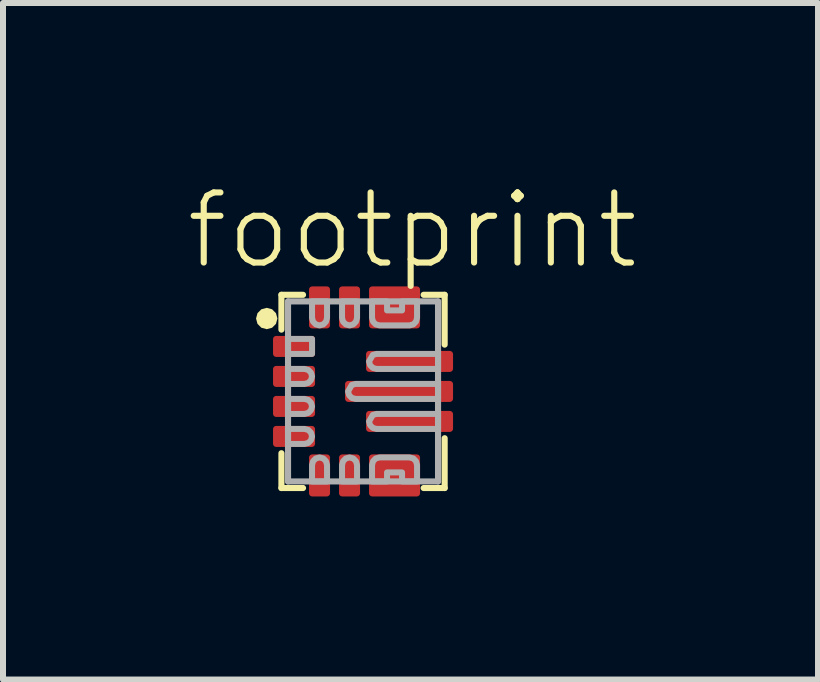
<source format=kicad_pcb>
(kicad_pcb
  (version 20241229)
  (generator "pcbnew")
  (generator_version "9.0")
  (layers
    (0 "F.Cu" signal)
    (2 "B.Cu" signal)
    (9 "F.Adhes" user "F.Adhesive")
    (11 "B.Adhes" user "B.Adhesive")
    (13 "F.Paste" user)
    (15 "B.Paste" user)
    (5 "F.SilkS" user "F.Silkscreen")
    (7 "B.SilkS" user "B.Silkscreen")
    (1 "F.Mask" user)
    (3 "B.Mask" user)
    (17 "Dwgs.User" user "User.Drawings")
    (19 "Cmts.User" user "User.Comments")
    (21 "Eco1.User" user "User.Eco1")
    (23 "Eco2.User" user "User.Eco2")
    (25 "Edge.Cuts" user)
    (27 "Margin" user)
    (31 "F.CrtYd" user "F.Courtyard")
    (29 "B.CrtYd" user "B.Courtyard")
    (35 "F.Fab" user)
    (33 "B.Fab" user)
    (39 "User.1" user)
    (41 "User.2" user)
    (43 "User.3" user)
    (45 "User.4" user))
  (footprint "footprint"
    (layer "F.Cu")
    (at 3 3.473)
    (property "Reference" "footprint" (at -3 -2 0) (layer "F.SilkS") (effects (font (size 1.168 1.168) (thickness 0.102)) (justify left bottom)))
    (fp_poly (pts (xy -0.75 -0.925) (xy -0.75 -0.575) (xy -0.8 -0.524) (xy -1.5 -0.524) (xy -1.55 -0.575) (xy -1.55 -0.925) (xy -1.5 -0.976) (xy -0.8 -0.976)) (stroke (width 0) (type solid)) (fill yes) (layer "F.Mask"))
    (fp_poly (pts (xy -0.75 -0.425) (xy -0.75 -0.075) (xy -0.8 -0.025) (xy -1.5 -0.025) (xy -1.55 -0.075) (xy -1.55 -0.425) (xy -1.5 -0.475) (xy -0.8 -0.475)) (stroke (width 0) (type solid)) (fill yes) (layer "F.Mask"))
    (fp_poly (pts (xy -0.75 0.075) (xy -0.75 0.425) (xy -0.8 0.475) (xy -1.5 0.475) (xy -1.55 0.425) (xy -1.55 0.075) (xy -1.5 0.025) (xy -0.8 0.025)) (stroke (width 0) (type solid)) (fill yes) (layer "F.Mask"))
    (fp_poly (pts (xy -0.75 0.575) (xy -0.75 0.925) (xy -0.8 0.976) (xy -1.5 0.976) (xy -1.55 0.925) (xy -1.55 0.575) (xy -1.5 0.524) (xy -0.8 0.524)) (stroke (width 0) (type solid)) (fill yes) (layer "F.Mask"))
    (fp_poly (pts (xy -0.499 -1.75) (xy -0.499 -1.05) (xy -0.55 -1) (xy -0.9 -1) (xy -0.951 -1.05) (xy -0.951 -1.75) (xy -0.9 -1.8) (xy -0.55 -1.8)) (stroke (width 0) (type solid)) (fill yes) (layer "F.Mask"))
    (fp_poly (pts (xy -0.499 1.05) (xy -0.499 1.75) (xy -0.55 1.8) (xy -0.9 1.8) (xy -0.951 1.75) (xy -0.951 1.05) (xy -0.9 1) (xy -0.55 1)) (stroke (width 0) (type solid)) (fill yes) (layer "F.Mask"))
    (fp_poly (pts (xy 0.001 -1.75) (xy 0.001 -1.05) (xy -0.05 -1) (xy -0.4 -1) (xy -0.451 -1.05) (xy -0.451 -1.75) (xy -0.4 -1.8) (xy -0.05 -1.8)) (stroke (width 0) (type solid)) (fill yes) (layer "F.Mask"))
    (fp_poly (pts (xy 0.001 1.05) (xy 0.001 1.75) (xy -0.05 1.8) (xy -0.4 1.8) (xy -0.451 1.75) (xy -0.451 1.05) (xy -0.4 1) (xy -0.05 1)) (stroke (width 0) (type solid)) (fill yes) (layer "F.Mask"))
    (fp_poly (pts (xy 1.55 -0.675) (xy 1.55 -0.325) (xy 1.5 -0.275) (xy 0.05 -0.275) (xy -0.001 -0.325) (xy -0.001 -0.675) (xy 0.05 -0.726) (xy 1.5 -0.726)) (stroke (width 0) (type solid)) (fill yes) (layer "F.Mask"))
    (fp_poly (pts (xy 1.55 -0.175) (xy 1.55 0.175) (xy 1.5 0.226) (xy -0.3 0.226) (xy -0.35 0.175) (xy -0.35 -0.175) (xy -0.3 -0.226) (xy 1.5 -0.226)) (stroke (width 0) (type solid)) (fill yes) (layer "F.Mask"))
    (fp_poly (pts (xy 1.55 0.325) (xy 1.55 0.675) (xy 1.5 0.726) (xy 0.05 0.726) (xy -0.001 0.675) (xy -0.001 0.325) (xy 0.05 0.275) (xy 1.5 0.275)) (stroke (width 0) (type solid)) (fill yes) (layer "F.Mask"))
    (fp_poly (pts (xy 0.425 -1.65) (xy 0.425 -1.375) (xy 0.625 -1.375) (xy 0.625 -1.65) (xy 0.675 -1.7) (xy 0.875 -1.7) (xy 0.925 -1.65) (xy 0.925 -1.125) (xy 0.875 -1.075) (xy 0.175 -1.075) (xy 0.124 -1.125) (xy 0.124 -1.65) (xy 0.175 -1.7) (xy 0.375 -1.7)) (stroke (width 0) (type solid)) (fill yes) (layer "F.Mask"))
    (fp_poly (pts (xy 0.925 1.125) (xy 0.925 1.65) (xy 0.875 1.7) (xy 0.675 1.7) (xy 0.625 1.65) (xy 0.625 1.375) (xy 0.425 1.375) (xy 0.425 1.65) (xy 0.375 1.7) (xy 0.175 1.7) (xy 0.124 1.65) (xy 0.124 1.125) (xy 0.175 1.075) (xy 0.875 1.075)) (stroke (width 0) (type solid)) (fill yes) (layer "F.Mask"))
    (fp_line (start -1.36 -1.61) (end -1.36 -1.03) (stroke (width 0.102) (type solid)) (layer "F.SilkS"))
    (fp_line (start -1.36 1.61) (end -1.36 1.03) (stroke (width 0.102) (type solid)) (layer "F.SilkS"))
    (fp_line (start -1 -1.61) (end -1.36 -1.61) (stroke (width 0.102) (type solid)) (layer "F.SilkS"))
    (fp_line (start -1 1.61) (end -1.36 1.61) (stroke (width 0.102) (type solid)) (layer "F.SilkS"))
    (fp_line (start 1.01 -1.61) (end 1.36 -1.61) (stroke (width 0.102) (type solid)) (layer "F.SilkS"))
    (fp_line (start 1.01 1.61) (end 1.36 1.61) (stroke (width 0.102) (type solid)) (layer "F.SilkS"))
    (fp_line (start 1.36 -1.61) (end 1.36 -0.78) (stroke (width 0.102) (type solid)) (layer "F.SilkS"))
    (fp_line (start 1.36 1.61) (end 1.36 0.78) (stroke (width 0.102) (type solid)) (layer "F.SilkS"))
    (fp_poly (pts (xy -1.516 -1.369) (xy -1.451 -1.304) (xy -1.427 -1.215) (xy -1.451 -1.126) (xy -1.516 -1.061) (xy -1.605 -1.037) (xy -1.694 -1.061) (xy -1.759 -1.126) (xy -1.783 -1.215) (xy -1.759 -1.304) (xy -1.694 -1.369) (xy -1.605 -1.393)) (stroke (width 0) (type solid)) (fill yes) (layer "F.SilkS"))
    (fp_poly (pts (xy -0.85 -0.825) (xy -0.85 -0.675) (xy -0.9 -0.625) (xy -1.4 -0.625) (xy -1.45 -0.675) (xy -1.45 -0.825) (xy -1.4 -0.875) (xy -0.9 -0.875)) (stroke (width 0) (type solid)) (fill yes) (layer "F.Paste"))
    (fp_poly (pts (xy -0.85 -0.325) (xy -0.85 -0.175) (xy -0.9 -0.124) (xy -1.4 -0.124) (xy -1.45 -0.175) (xy -1.45 -0.325) (xy -1.4 -0.376) (xy -0.9 -0.376)) (stroke (width 0) (type solid)) (fill yes) (layer "F.Paste"))
    (fp_poly (pts (xy -0.85 0.175) (xy -0.85 0.325) (xy -0.9 0.376) (xy -1.4 0.376) (xy -1.45 0.325) (xy -1.45 0.175) (xy -1.4 0.124) (xy -0.9 0.124)) (stroke (width 0) (type solid)) (fill yes) (layer "F.Paste"))
    (fp_poly (pts (xy -0.85 0.675) (xy -0.85 0.825) (xy -0.9 0.875) (xy -1.4 0.875) (xy -1.45 0.825) (xy -1.45 0.675) (xy -1.4 0.625) (xy -0.9 0.625)) (stroke (width 0) (type solid)) (fill yes) (layer "F.Paste"))
    (fp_poly (pts (xy -0.6 -1.65) (xy -0.6 -1.15) (xy -0.65 -1.099) (xy -0.8 -1.099) (xy -0.851 -1.15) (xy -0.851 -1.65) (xy -0.8 -1.7) (xy -0.65 -1.7)) (stroke (width 0) (type solid)) (fill yes) (layer "F.Paste"))
    (fp_poly (pts (xy -0.6 1.15) (xy -0.6 1.65) (xy -0.65 1.7) (xy -0.8 1.7) (xy -0.851 1.65) (xy -0.851 1.15) (xy -0.8 1.099) (xy -0.65 1.099)) (stroke (width 0) (type solid)) (fill yes) (layer "F.Paste"))
    (fp_poly (pts (xy -0.1 -1.65) (xy -0.1 -1.15) (xy -0.15 -1.099) (xy -0.3 -1.099) (xy -0.35 -1.15) (xy -0.35 -1.65) (xy -0.3 -1.7) (xy -0.15 -1.7)) (stroke (width 0) (type solid)) (fill yes) (layer "F.Paste"))
    (fp_poly (pts (xy -0.1 1.15) (xy -0.1 1.65) (xy -0.15 1.7) (xy -0.3 1.7) (xy -0.35 1.65) (xy -0.35 1.15) (xy -0.3 1.099) (xy -0.15 1.099)) (stroke (width 0) (type solid)) (fill yes) (layer "F.Paste"))
    (fp_poly (pts (xy 0.5 -0.075) (xy 0.5 0.075) (xy 0.45 0.126) (xy -0.17 0.126) (xy -0.221 0.075) (xy -0.221 -0.075) (xy -0.17 -0.126) (xy 0.45 -0.126)) (stroke (width 0) (type solid)) (fill yes) (layer "F.Paste"))
    (fp_poly (pts (xy 0.675 -0.575) (xy 0.675 -0.425) (xy 0.625 -0.374) (xy 0.15 -0.374) (xy 0.1 -0.425) (xy 0.1 -0.575) (xy 0.15 -0.625) (xy 0.625 -0.625)) (stroke (width 0) (type solid)) (fill yes) (layer "F.Paste"))
    (fp_poly (pts (xy 0.675 0.425) (xy 0.675 0.575) (xy 0.625 0.625) (xy 0.15 0.625) (xy 0.1 0.575) (xy 0.1 0.425) (xy 0.15 0.374) (xy 0.625 0.374)) (stroke (width 0) (type solid)) (fill yes) (layer "F.Paste"))
    (fp_poly (pts (xy 1.421 -0.075) (xy 1.421 0.075) (xy 1.37 0.126) (xy 0.75 0.126) (xy 0.7 0.075) (xy 0.7 -0.075) (xy 0.75 -0.126) (xy 1.37 -0.126)) (stroke (width 0) (type solid)) (fill yes) (layer "F.Paste"))
    (fp_poly (pts (xy 1.5 -0.575) (xy 1.5 -0.425) (xy 1.45 -0.374) (xy 0.975 -0.374) (xy 0.924 -0.425) (xy 0.924 -0.575) (xy 0.975 -0.625) (xy 1.45 -0.625)) (stroke (width 0) (type solid)) (fill yes) (layer "F.Paste"))
    (fp_poly (pts (xy 1.5 0.425) (xy 1.5 0.575) (xy 1.45 0.625) (xy 0.975 0.625) (xy 0.924 0.575) (xy 0.924 0.425) (xy 0.975 0.374) (xy 1.45 0.374)) (stroke (width 0) (type solid)) (fill yes) (layer "F.Paste"))
    (fp_poly (pts (xy 0.401 -1.65) (xy 0.401 -1.351) (xy 0.649 -1.351) (xy 0.649 -1.65) (xy 0.7 -1.7) (xy 0.85 -1.7) (xy 0.9 -1.65) (xy 0.9 -1.15) (xy 0.85 -1.099) (xy 0.2 -1.099) (xy 0.149 -1.15) (xy 0.149 -1.65) (xy 0.2 -1.7) (xy 0.35 -1.7)) (stroke (width 0) (type solid)) (fill yes) (layer "F.Paste"))
    (fp_poly (pts (xy 0.9 1.15) (xy 0.9 1.65) (xy 0.85 1.7) (xy 0.7 1.7) (xy 0.649 1.65) (xy 0.649 1.351) (xy 0.401 1.351) (xy 0.401 1.65) (xy 0.35 1.7) (xy 0.2 1.7) (xy 0.149 1.65) (xy 0.149 1.15) (xy 0.2 1.099) (xy 0.85 1.099)) (stroke (width 0) (type solid)) (fill yes) (layer "F.Paste"))
    (fp_line (start -1.25 -1.5) (end 1.25 -1.5) (stroke (width 0.102) (type solid)) (layer "F.Fab"))
    (fp_line (start -1.25 1.5) (end -1.25 -1.5) (stroke (width 0.102) (type solid)) (layer "F.Fab"))
    (fp_line (start 1.25 -1.5) (end 1.25 1.5) (stroke (width 0.102) (type solid)) (layer "F.Fab"))
    (fp_line (start 1.25 1.5) (end -1.25 1.5) (stroke (width 0.102) (type solid)) (layer "F.Fab"))
    (fp_poly (pts (xy -0.85 -0.625) (xy -1.25 -0.625) (xy -1.25 -0.875) (xy -0.85 -0.875)) (stroke (width 0.1) (type solid)) (fill no) (layer "F.Fab"))
    (fp_poly (pts (xy 1.25 -0.375) (xy 0.225 -0.375) (xy 0.163 -0.392) (xy 0.117 -0.438) (xy 0.1 -0.5) (xy 0.163 -0.608) (xy 0.225 -0.625) (xy 1.25 -0.625)) (stroke (width 0.1) (type solid)) (fill no) (layer "F.Fab"))
    (fp_poly (pts (xy 1.25 0.125) (xy -0.125 0.125) (xy -0.188 0.108) (xy -0.233 0.062) (xy -0.25 0) (xy -0.188 -0.108) (xy -0.125 -0.125) (xy 1.25 -0.125)) (stroke (width 0.1) (type solid)) (fill no) (layer "F.Fab"))
    (fp_poly (pts (xy 1.25 0.625) (xy 0.225 0.625) (xy 0.163 0.608) (xy 0.117 0.562) (xy 0.1 0.5) (xy 0.163 0.392) (xy 0.225 0.375) (xy 1.25 0.375)) (stroke (width 0.1) (type solid)) (fill no) (layer "F.Fab"))
    (fp_poly (pts (xy -0.912 -0.358) (xy -0.867 -0.312) (xy -0.85 -0.25) (xy -0.867 -0.188) (xy -0.912 -0.142) (xy -0.975 -0.125) (xy -1.25 -0.125) (xy -1.25 -0.375) (xy -0.975 -0.375)) (stroke (width 0.1) (type solid)) (fill no) (layer "F.Fab"))
    (fp_poly (pts (xy -0.912 0.142) (xy -0.867 0.188) (xy -0.85 0.25) (xy -0.867 0.312) (xy -0.912 0.358) (xy -0.975 0.375) (xy -1.25 0.375) (xy -1.25 0.125) (xy -0.975 0.125)) (stroke (width 0.1) (type solid)) (fill no) (layer "F.Fab"))
    (fp_poly (pts (xy -0.912 0.642) (xy -0.867 0.688) (xy -0.85 0.75) (xy -0.867 0.812) (xy -0.912 0.858) (xy -0.975 0.875) (xy -1.25 0.875) (xy -1.25 0.625) (xy -0.975 0.625)) (stroke (width 0.1) (type solid)) (fill no) (layer "F.Fab"))
    (fp_poly (pts (xy -0.662 1.117) (xy -0.617 1.163) (xy -0.6 1.225) (xy -0.6 1.5) (xy -0.85 1.5) (xy -0.85 1.225) (xy -0.833 1.163) (xy -0.787 1.117) (xy -0.725 1.1)) (stroke (width 0.1) (type solid)) (fill no) (layer "F.Fab"))
    (fp_poly (pts (xy -0.6 -1.225) (xy -0.617 -1.163) (xy -0.662 -1.117) (xy -0.725 -1.1) (xy -0.787 -1.117) (xy -0.833 -1.163) (xy -0.85 -1.225) (xy -0.85 -1.5) (xy -0.6 -1.5)) (stroke (width 0.1) (type solid)) (fill no) (layer "F.Fab"))
    (fp_poly (pts (xy -0.163 1.117) (xy -0.117 1.163) (xy -0.1 1.225) (xy -0.1 1.5) (xy -0.35 1.5) (xy -0.35 1.225) (xy -0.333 1.163) (xy -0.287 1.117) (xy -0.225 1.1)) (stroke (width 0.1) (type solid)) (fill no) (layer "F.Fab"))
    (fp_poly (pts (xy -0.1 -1.225) (xy -0.117 -1.163) (xy -0.163 -1.117) (xy -0.225 -1.1) (xy -0.287 -1.117) (xy -0.333 -1.163) (xy -0.35 -1.225) (xy -0.35 -1.5) (xy -0.1 -1.5)) (stroke (width 0.1) (type solid)) (fill no) (layer "F.Fab"))
    (fp_poly (pts (xy 0.4 -1.35) (xy 0.65 -1.35) (xy 0.65 -1.5) (xy 0.9 -1.5) (xy 0.9 -1.225) (xy 0.883 -1.163) (xy 0.838 -1.117) (xy 0.775 -1.1) (xy 0.275 -1.1) (xy 0.212 -1.117) (xy 0.167 -1.163) (xy 0.15 -1.225) (xy 0.15 -1.5) (xy 0.4 -1.5)) (stroke (width 0.1) (type solid)) (fill no) (layer "F.Fab"))
    (fp_poly (pts (xy 0.838 1.117) (xy 0.883 1.163) (xy 0.9 1.225) (xy 0.9 1.5) (xy 0.65 1.5) (xy 0.65 1.35) (xy 0.4 1.35) (xy 0.4 1.5) (xy 0.15 1.5) (xy 0.15 1.225) (xy 0.167 1.163) (xy 0.212 1.117) (xy 0.275 1.1) (xy 0.775 1.1)) (stroke (width 0.1) (type solid)) (fill no) (layer "F.Fab"))
    (pad "P$1" smd roundrect (at -1.15 -0.75) (size 0.7 0.35) (layers "F.Cu") (roundrect_rratio 0.15))
    (pad "P$2" smd roundrect (at -1.15 -0.25) (size 0.7 0.35) (layers "F.Cu") (roundrect_rratio 0.15))
    (pad "P$3" smd roundrect (at -1.15 0.25) (size 0.7 0.35) (layers "F.Cu") (roundrect_rratio 0.15))
    (pad "P$4" smd roundrect (at -1.15 0.75) (size 0.7 0.35) (layers "F.Cu") (roundrect_rratio 0.15))
    (pad "P$5" smd roundrect (at -0.725 1.4 90) (size 0.7 0.35) (layers "F.Cu") (roundrect_rratio 0.15))
    (pad "P$6" smd roundrect (at -0.225 1.4 90) (size 0.7 0.35) (layers "F.Cu") (roundrect_rratio 0.15))
    (pad "P$7/8" smd roundrect (at 0.525 1.4) (size 0.85 0.7) (layers "F.Cu") (roundrect_rratio 0.075))
    (pad "P$9" smd roundrect (at 0.775 0.5) (size 1.45 0.35) (layers "F.Cu") (roundrect_rratio 0.155))
    (pad "P$10" smd roundrect (at 0.6 0) (size 1.8 0.35) (layers "F.Cu") (roundrect_rratio 0.155))
    (pad "P$11" smd roundrect (at 0.775 -0.5) (size 1.45 0.35) (layers "F.Cu") (roundrect_rratio 0.155))
    (pad "P$12/13" smd roundrect (at 0.525 -1.4) (size 0.85 0.7) (layers "F.Cu") (roundrect_rratio 0.075))
    (pad "P$14" smd roundrect (at -0.225 -1.4 90) (size 0.7 0.35) (layers "F.Cu") (roundrect_rratio 0.15))
    (pad "P$15" smd roundrect (at -0.725 -1.4 90) (size 0.7 0.35) (layers "F.Cu") (roundrect_rratio 0.15)))
  (gr_rect
    (start -3 -3)
    (end 10.582 8.274)
    (stroke (width 0.1) (type default))
    (fill no)
    (layer "Edge.Cuts")))
</source>
